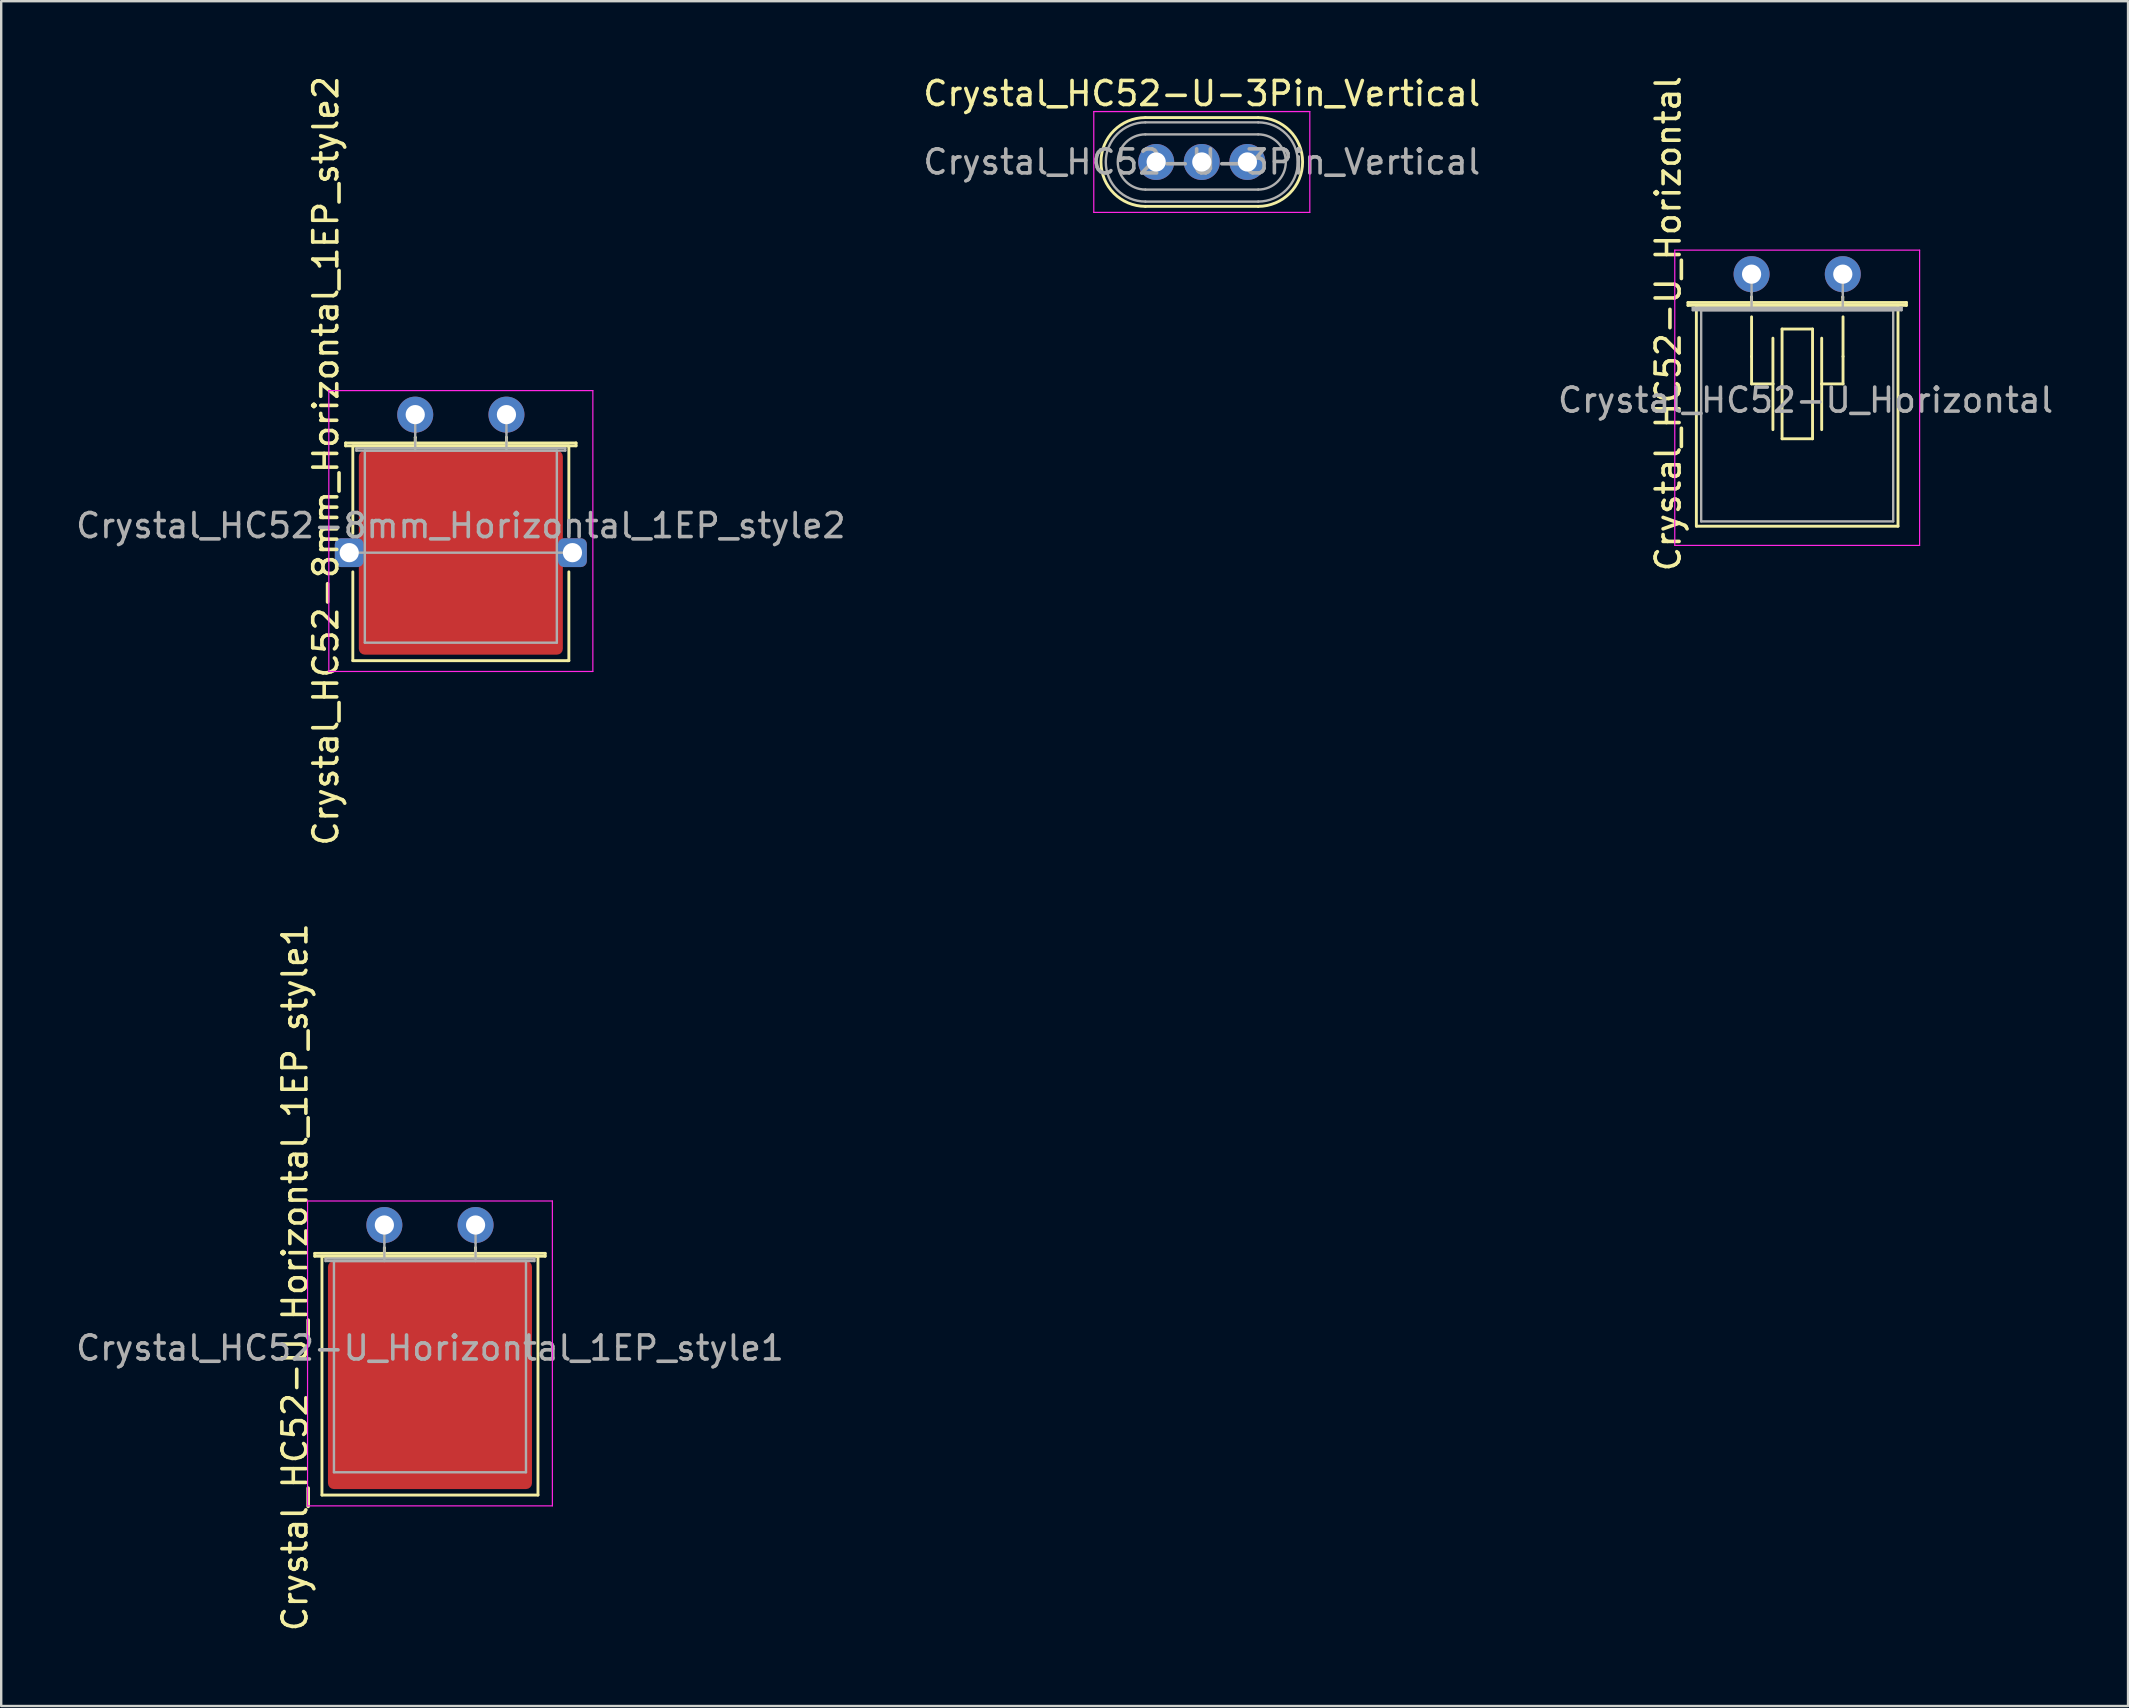
<source format=kicad_pcb>
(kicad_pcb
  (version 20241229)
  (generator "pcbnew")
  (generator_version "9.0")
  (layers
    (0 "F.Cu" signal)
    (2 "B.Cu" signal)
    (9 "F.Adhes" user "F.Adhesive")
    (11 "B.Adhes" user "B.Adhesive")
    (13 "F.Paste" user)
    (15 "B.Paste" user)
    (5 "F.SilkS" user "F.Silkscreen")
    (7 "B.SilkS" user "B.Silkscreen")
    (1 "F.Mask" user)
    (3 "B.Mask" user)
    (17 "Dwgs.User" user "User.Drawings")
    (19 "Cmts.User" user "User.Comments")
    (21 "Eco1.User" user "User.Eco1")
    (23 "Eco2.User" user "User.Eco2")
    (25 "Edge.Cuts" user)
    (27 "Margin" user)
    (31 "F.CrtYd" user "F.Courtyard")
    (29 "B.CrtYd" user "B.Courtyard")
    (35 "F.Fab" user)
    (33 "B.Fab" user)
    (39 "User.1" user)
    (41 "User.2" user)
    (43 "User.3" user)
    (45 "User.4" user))
  (footprint "Crystal_HC52-U_Horizontal_1EP_style1"
    (layer "F.Cu")
    (at 12.963 47.986)
    (property "Reference" "Crystal_HC52-U_Horizontal_1EP_style1" (at -3.725 2.175 90) (layer "F.SilkS") (effects (font (size 1 1) (thickness 0.15))))
    (attr through_hole)
    (fp_line (start -2.9 1.18) (end 6.7 1.18) (stroke (width 0.12) (type solid)) (layer "F.SilkS"))
    (fp_line (start -2.9 1.3) (end -2.9 1.18) (stroke (width 0.12) (type solid)) (layer "F.SilkS"))
    (fp_line (start -2.6 1.3) (end -2.6 11.25) (stroke (width 0.12) (type solid)) (layer "F.SilkS"))
    (fp_line (start -2.6 11.25) (end 6.4 11.25) (stroke (width 0.12) (type solid)) (layer "F.SilkS"))
    (fp_line (start 0 0.95) (end 0 0.95) (stroke (width 0.12) (type solid)) (layer "F.SilkS"))
    (fp_line (start 0 1.3) (end 0 0.95) (stroke (width 0.12) (type solid)) (layer "F.SilkS"))
    (fp_line (start 3.8 0.95) (end 3.8 0.95) (stroke (width 0.12) (type solid)) (layer "F.SilkS"))
    (fp_line (start 3.8 1.3) (end 3.8 0.95) (stroke (width 0.12) (type solid)) (layer "F.SilkS"))
    (fp_line (start 6.35 1.3) (end -2.55 1.3) (stroke (width 0.12) (type solid)) (layer "F.SilkS"))
    (fp_line (start 6.4 11.25) (end 6.4 1.3) (stroke (width 0.12) (type solid)) (layer "F.SilkS"))
    (fp_line (start 6.7 1.18) (end 6.7 1.3) (stroke (width 0.12) (type solid)) (layer "F.SilkS"))
    (fp_line (start 6.7 1.3) (end -2.9 1.3) (stroke (width 0.12) (type solid)) (layer "F.SilkS"))
    (fp_line (start -3.2 -1) (end -3.2 11.7) (stroke (width 0.05) (type solid)) (layer "F.CrtYd"))
    (fp_line (start -3.2 11.7) (end 7 11.7) (stroke (width 0.05) (type solid)) (layer "F.CrtYd"))
    (fp_line (start 7 -1) (end -3.2 -1) (stroke (width 0.05) (type solid)) (layer "F.CrtYd"))
    (fp_line (start 7 11.7) (end 7 -1) (stroke (width 0.05) (type solid)) (layer "F.CrtYd"))
    (fp_line (start -2.45 1.4) (end 6.25 1.4) (stroke (width 0.1) (type solid)) (layer "F.Fab"))
    (fp_line (start -2.45 1.5) (end -2.45 1.4) (stroke (width 0.1) (type solid)) (layer "F.Fab"))
    (fp_line (start -2.1 1.5) (end -2.1 10.3) (stroke (width 0.1) (type solid)) (layer "F.Fab"))
    (fp_line (start -2.1 10.3) (end 5.9 10.3) (stroke (width 0.1) (type solid)) (layer "F.Fab"))
    (fp_line (start 0 0.75) (end 0 0) (stroke (width 0.1) (type solid)) (layer "F.Fab"))
    (fp_line (start 0 1.5) (end 0 0.75) (stroke (width 0.1) (type solid)) (layer "F.Fab"))
    (fp_line (start 3.8 0.75) (end 3.8 0) (stroke (width 0.1) (type solid)) (layer "F.Fab"))
    (fp_line (start 3.8 1.5) (end 3.8 0.75) (stroke (width 0.1) (type solid)) (layer "F.Fab"))
    (fp_line (start 5.9 1.5) (end -2.1 1.5) (stroke (width 0.1) (type solid)) (layer "F.Fab"))
    (fp_line (start 5.9 10.3) (end 5.9 1.5) (stroke (width 0.1) (type solid)) (layer "F.Fab"))
    (fp_line (start 6.25 1.4) (end 6.25 1.5) (stroke (width 0.1) (type solid)) (layer "F.Fab"))
    (fp_line (start 6.25 1.5) (end -2.45 1.5) (stroke (width 0.1) (type solid)) (layer "F.Fab"))
    (fp_text user "${REFERENCE}" (at 1.9 5.125 0) (layer "F.Fab") (effects (font (size 1 1) (thickness 0.15))))
    (pad "1" thru_hole circle (at 0 0) (size 1.5 1.5) (drill 0.8) (layers "*.Cu" "*.Mask"))
    (pad "2" thru_hole circle (at 3.8 0) (size 1.5 1.5) (drill 0.8) (layers "*.Cu" "*.Mask"))
    (pad "3" smd roundrect (at 1.9 6.25) (size 8.5 9.5) (layers "F.Cu" "F.Mask" "F.Paste") (roundrect_rratio 0.029)))
  (footprint "Crystal_HC52-8mm_Horizontal_1EP_style2"
    (layer "F.Cu")
    (at 14.249 14.224)
    (property "Reference" "Crystal_HC52-8mm_Horizontal_1EP_style2" (at -3.725 1.925 90) (layer "F.SilkS") (effects (font (size 1 1) (thickness 0.15))))
    (attr through_hole)
    (fp_line (start -2.9 1.18) (end 6.7 1.18) (stroke (width 0.12) (type solid)) (layer "F.SilkS"))
    (fp_line (start -2.9 1.3) (end -2.9 1.18) (stroke (width 0.12) (type solid)) (layer "F.SilkS"))
    (fp_line (start -2.6 4.95) (end -2.6 1.3) (stroke (width 0.12) (type solid)) (layer "F.SilkS"))
    (fp_line (start -2.6 6.55) (end -2.6 10.25) (stroke (width 0.12) (type solid)) (layer "F.SilkS"))
    (fp_line (start -2.6 10.25) (end 6.35 10.25) (stroke (width 0.12) (type solid)) (layer "F.SilkS"))
    (fp_line (start -2.55 1.3) (end 6.35 1.3) (stroke (width 0.12) (type solid)) (layer "F.SilkS"))
    (fp_line (start 0 0.95) (end 0 0.95) (stroke (width 0.12) (type solid)) (layer "F.SilkS"))
    (fp_line (start 0 1.3) (end 0 0.95) (stroke (width 0.12) (type solid)) (layer "F.SilkS"))
    (fp_line (start 3.8 0.95) (end 3.8 0.95) (stroke (width 0.12) (type solid)) (layer "F.SilkS"))
    (fp_line (start 3.8 1.3) (end 3.8 0.95) (stroke (width 0.12) (type solid)) (layer "F.SilkS"))
    (fp_line (start 6.35 10.25) (end 6.4 10.25) (stroke (width 0.12) (type solid)) (layer "F.SilkS"))
    (fp_line (start 6.4 1.3) (end 6.4 4.95) (stroke (width 0.12) (type solid)) (layer "F.SilkS"))
    (fp_line (start 6.4 10.25) (end 6.4 6.55) (stroke (width 0.12) (type solid)) (layer "F.SilkS"))
    (fp_line (start 6.7 1.18) (end 6.7 1.3) (stroke (width 0.12) (type solid)) (layer "F.SilkS"))
    (fp_line (start 6.7 1.3) (end -2.9 1.3) (stroke (width 0.12) (type solid)) (layer "F.SilkS"))
    (fp_line (start -3.6 -1) (end -3.6 10.7) (stroke (width 0.05) (type solid)) (layer "F.CrtYd"))
    (fp_line (start -3.6 10.7) (end 7.4 10.7) (stroke (width 0.05) (type solid)) (layer "F.CrtYd"))
    (fp_line (start 7.4 -1) (end -3.6 -1) (stroke (width 0.05) (type solid)) (layer "F.CrtYd"))
    (fp_line (start 7.4 10.7) (end 7.4 -1) (stroke (width 0.05) (type solid)) (layer "F.CrtYd"))
    (fp_line (start -2.75 5.75) (end 6.55 5.75) (stroke (width 0.1) (type solid)) (layer "F.Fab"))
    (fp_line (start -2.45 1.4) (end 6.25 1.4) (stroke (width 0.1) (type solid)) (layer "F.Fab"))
    (fp_line (start -2.45 1.5) (end -2.45 1.4) (stroke (width 0.1) (type solid)) (layer "F.Fab"))
    (fp_line (start -2.1 1.5) (end -2.1 9.5) (stroke (width 0.1) (type solid)) (layer "F.Fab"))
    (fp_line (start -2.1 9.5) (end 5.9 9.5) (stroke (width 0.1) (type solid)) (layer "F.Fab"))
    (fp_line (start 0 0.75) (end 0 0) (stroke (width 0.1) (type solid)) (layer "F.Fab"))
    (fp_line (start 0 1.5) (end 0 0.75) (stroke (width 0.1) (type solid)) (layer "F.Fab"))
    (fp_line (start 3.8 0.75) (end 3.8 0) (stroke (width 0.1) (type solid)) (layer "F.Fab"))
    (fp_line (start 3.8 1.5) (end 3.8 0.75) (stroke (width 0.1) (type solid)) (layer "F.Fab"))
    (fp_line (start 5.9 1.5) (end -2.1 1.5) (stroke (width 0.1) (type solid)) (layer "F.Fab"))
    (fp_line (start 5.9 9.5) (end 5.9 1.5) (stroke (width 0.1) (type solid)) (layer "F.Fab"))
    (fp_line (start 6.25 1.4) (end 6.25 1.5) (stroke (width 0.1) (type solid)) (layer "F.Fab"))
    (fp_line (start 6.25 1.5) (end -2.45 1.5) (stroke (width 0.1) (type solid)) (layer "F.Fab"))
    (fp_text user "${REFERENCE}" (at 1.9 4.625 0) (layer "F.Fab") (effects (font (size 1 1) (thickness 0.15))))
    (pad "1" thru_hole circle (at 0 0) (size 1.5 1.5) (drill 0.8) (layers "*.Cu" "*.Mask"))
    (pad "2" thru_hole circle (at 3.8 0) (size 1.5 1.5) (drill 0.8) (layers "*.Cu" "*.Mask"))
    (pad "3" thru_hole roundrect (at -2.75 5.75) (size 1.2 1.2) (drill 0.8) (layers "*.Cu" "*.Mask") (roundrect_rratio 0.208))
    (pad "3" smd roundrect (at 1.9 5.75) (size 8.5 8.5) (layers "F.Cu" "F.Mask" "F.Paste") (roundrect_rratio 0.029))
    (pad "3" thru_hole roundrect (at 6.55 5.75) (size 1.2 1.2) (drill 0.8) (layers "*.Cu" "*.Mask") (roundrect_rratio 0.208)))
  (footprint "Crystal_HC52-U_Horizontal"
    (layer "F.Cu")
    (at 69.923 8.372)
    (property "Reference" "Crystal_HC52-U_Horizontal" (at -3.475 2.062 90) (layer "F.SilkS") (effects (font (size 1 1) (thickness 0.15))))
    (attr through_hole)
    (fp_line (start -2.65 1.18) (end 6.45 1.18) (stroke (width 0.12) (type solid)) (layer "F.SilkS"))
    (fp_line (start -2.65 1.3) (end -2.65 1.18) (stroke (width 0.12) (type solid)) (layer "F.SilkS"))
    (fp_line (start -2.3 1.3) (end -2.3 10.5) (stroke (width 0.12) (type solid)) (layer "F.SilkS"))
    (fp_line (start -2.3 10.5) (end 6.1 10.5) (stroke (width 0.12) (type solid)) (layer "F.SilkS"))
    (fp_line (start 0 0.95) (end 0 0.95) (stroke (width 0.12) (type solid)) (layer "F.SilkS"))
    (fp_line (start 0 1.3) (end 0 0.95) (stroke (width 0.12) (type solid)) (layer "F.SilkS"))
    (fp_line (start 0 1.778) (end 0 3.429) (stroke (width 0.12) (type solid)) (layer "F.SilkS"))
    (fp_line (start 0 3.429) (end 0 4.572) (stroke (width 0.12) (type solid)) (layer "F.SilkS"))
    (fp_line (start 0 4.572) (end 0.889 4.572) (stroke (width 0.12) (type solid)) (layer "F.SilkS"))
    (fp_line (start 0.889 4.572) (end 0.889 2.667) (stroke (width 0.12) (type solid)) (layer "F.SilkS"))
    (fp_line (start 0.889 6.477) (end 0.889 4.572) (stroke (width 0.12) (type solid)) (layer "F.SilkS"))
    (fp_line (start 1.27 2.286) (end 1.27 6.858) (stroke (width 0.12) (type solid)) (layer "F.SilkS"))
    (fp_line (start 1.27 6.858) (end 2.54 6.858) (stroke (width 0.12) (type solid)) (layer "F.SilkS"))
    (fp_line (start 2.54 2.286) (end 1.27 2.286) (stroke (width 0.12) (type solid)) (layer "F.SilkS"))
    (fp_line (start 2.54 6.858) (end 2.54 2.286) (stroke (width 0.12) (type solid)) (layer "F.SilkS"))
    (fp_line (start 2.921 2.667) (end 2.921 4.572) (stroke (width 0.12) (type solid)) (layer "F.SilkS"))
    (fp_line (start 2.921 4.572) (end 2.921 6.477) (stroke (width 0.12) (type solid)) (layer "F.SilkS"))
    (fp_line (start 3.8 0.95) (end 3.8 0.95) (stroke (width 0.12) (type solid)) (layer "F.SilkS"))
    (fp_line (start 3.8 1.3) (end 3.8 0.95) (stroke (width 0.12) (type solid)) (layer "F.SilkS"))
    (fp_line (start 3.81 1.778) (end 3.81 3.429) (stroke (width 0.12) (type solid)) (layer "F.SilkS"))
    (fp_line (start 3.81 3.429) (end 3.81 4.572) (stroke (width 0.12) (type solid)) (layer "F.SilkS"))
    (fp_line (start 3.81 4.572) (end 2.921 4.572) (stroke (width 0.12) (type solid)) (layer "F.SilkS"))
    (fp_line (start 6.1 1.3) (end -2.3 1.3) (stroke (width 0.12) (type solid)) (layer "F.SilkS"))
    (fp_line (start 6.1 10.5) (end 6.1 1.3) (stroke (width 0.12) (type solid)) (layer "F.SilkS"))
    (fp_line (start 6.45 1.18) (end 6.45 1.3) (stroke (width 0.12) (type solid)) (layer "F.SilkS"))
    (fp_line (start 6.45 1.3) (end -2.65 1.3) (stroke (width 0.12) (type solid)) (layer "F.SilkS"))
    (fp_line (start -3.2 -1) (end -3.2 11.3) (stroke (width 0.05) (type solid)) (layer "F.CrtYd"))
    (fp_line (start -3.2 11.3) (end 7 11.3) (stroke (width 0.05) (type solid)) (layer "F.CrtYd"))
    (fp_line (start 7 -1) (end -3.2 -1) (stroke (width 0.05) (type solid)) (layer "F.CrtYd"))
    (fp_line (start 7 11.3) (end 7 -1) (stroke (width 0.05) (type solid)) (layer "F.CrtYd"))
    (fp_line (start -2.45 1.4) (end 6.25 1.4) (stroke (width 0.1) (type solid)) (layer "F.Fab"))
    (fp_line (start -2.45 1.5) (end -2.45 1.4) (stroke (width 0.1) (type solid)) (layer "F.Fab"))
    (fp_line (start -2.1 1.5) (end -2.1 10.3) (stroke (width 0.1) (type solid)) (layer "F.Fab"))
    (fp_line (start -2.1 10.3) (end 5.9 10.3) (stroke (width 0.1) (type solid)) (layer "F.Fab"))
    (fp_line (start 0 0.75) (end 0 0) (stroke (width 0.1) (type solid)) (layer "F.Fab"))
    (fp_line (start 0 1.5) (end 0 0.75) (stroke (width 0.1) (type solid)) (layer "F.Fab"))
    (fp_line (start 3.8 0.75) (end 3.8 0) (stroke (width 0.1) (type solid)) (layer "F.Fab"))
    (fp_line (start 3.8 1.5) (end 3.8 0.75) (stroke (width 0.1) (type solid)) (layer "F.Fab"))
    (fp_line (start 5.9 1.5) (end -2.1 1.5) (stroke (width 0.1) (type solid)) (layer "F.Fab"))
    (fp_line (start 5.9 10.3) (end 5.9 1.5) (stroke (width 0.1) (type solid)) (layer "F.Fab"))
    (fp_line (start 6.25 1.4) (end 6.25 1.5) (stroke (width 0.1) (type solid)) (layer "F.Fab"))
    (fp_line (start 6.25 1.5) (end -2.45 1.5) (stroke (width 0.1) (type solid)) (layer "F.Fab"))
    (fp_text user "${REFERENCE}" (at 2.25 5.25 0) (layer "F.Fab") (effects (font (size 1 1) (thickness 0.15))))
    (pad "1" thru_hole circle (at 0 0) (size 1.5 1.5) (drill 0.8) (layers "*.Cu" "*.Mask"))
    (pad "2" thru_hole circle (at 3.8 0) (size 1.5 1.5) (drill 0.8) (layers "*.Cu" "*.Mask")))
  (footprint "Crystal_HC52-U-3Pin_Vertical"
    (layer "F.Cu")
    (at 45.118 3.698)
    (property "Reference" "Crystal_HC52-U-3Pin_Vertical" (at 1.9 -2.85 0) (layer "F.SilkS") (effects (font (size 1 1) (thickness 0.15))))
    (attr through_hole)
    (fp_line (start -0.45 -1.85) (end 4.25 -1.85) (stroke (width 0.12) (type solid)) (layer "F.SilkS"))
    (fp_line (start -0.45 1.85) (end 4.25 1.85) (stroke (width 0.12) (type solid)) (layer "F.SilkS"))
    (fp_arc (start -0.45 1.85) (mid -2.3 0) (end -0.45 -1.85) (stroke (width 0.12) (type solid)) (layer "F.SilkS"))
    (fp_arc (start 4.25 -1.85) (mid 6.1 0) (end 4.25 1.85) (stroke (width 0.12) (type solid)) (layer "F.SilkS"))
    (fp_line (start -2.6 -2.1) (end -2.6 2.1) (stroke (width 0.05) (type solid)) (layer "F.CrtYd"))
    (fp_line (start -2.6 2.1) (end 6.4 2.1) (stroke (width 0.05) (type solid)) (layer "F.CrtYd"))
    (fp_line (start 6.4 -2.1) (end -2.6 -2.1) (stroke (width 0.05) (type solid)) (layer "F.CrtYd"))
    (fp_line (start 6.4 2.1) (end 6.4 -2.1) (stroke (width 0.05) (type solid)) (layer "F.CrtYd"))
    (fp_line (start -0.45 -1.65) (end 4.25 -1.65) (stroke (width 0.1) (type solid)) (layer "F.Fab"))
    (fp_line (start -0.45 -1.15) (end 4.25 -1.15) (stroke (width 0.1) (type solid)) (layer "F.Fab"))
    (fp_line (start -0.45 1.15) (end 4.25 1.15) (stroke (width 0.1) (type solid)) (layer "F.Fab"))
    (fp_line (start -0.45 1.65) (end 4.25 1.65) (stroke (width 0.1) (type solid)) (layer "F.Fab"))
    (fp_arc (start -0.45 1.15) (mid -1.6 0) (end -0.45 -1.15) (stroke (width 0.1) (type solid)) (layer "F.Fab"))
    (fp_arc (start -0.45 1.65) (mid -2.1 0) (end -0.45 -1.65) (stroke (width 0.1) (type solid)) (layer "F.Fab"))
    (fp_arc (start 4.25 -1.65) (mid 5.9 0) (end 4.25 1.65) (stroke (width 0.1) (type solid)) (layer "F.Fab"))
    (fp_arc (start 4.25 -1.15) (mid 5.4 0) (end 4.25 1.15) (stroke (width 0.1) (type solid)) (layer "F.Fab"))
    (fp_text user "${REFERENCE}" (at 1.9 0 0) (layer "F.Fab") (effects (font (size 1 1) (thickness 0.15))))
    (pad "1" thru_hole circle (at 0 0) (size 1.5 1.5) (drill 0.8) (layers "*.Cu" "*.Mask"))
    (pad "2" thru_hole circle (at 1.9 0) (size 1.5 1.5) (drill 0.8) (layers "*.Cu" "*.Mask"))
    (pad "3" thru_hole circle (at 3.8 0) (size 1.5 1.5) (drill 0.8) (layers "*.Cu" "*.Mask")))
  (gr_rect
    (start -3 -3)
    (end 85.607 68.024)
    (stroke (width 0.1) (type default))
    (fill no)
    (layer "Edge.Cuts")))
</source>
